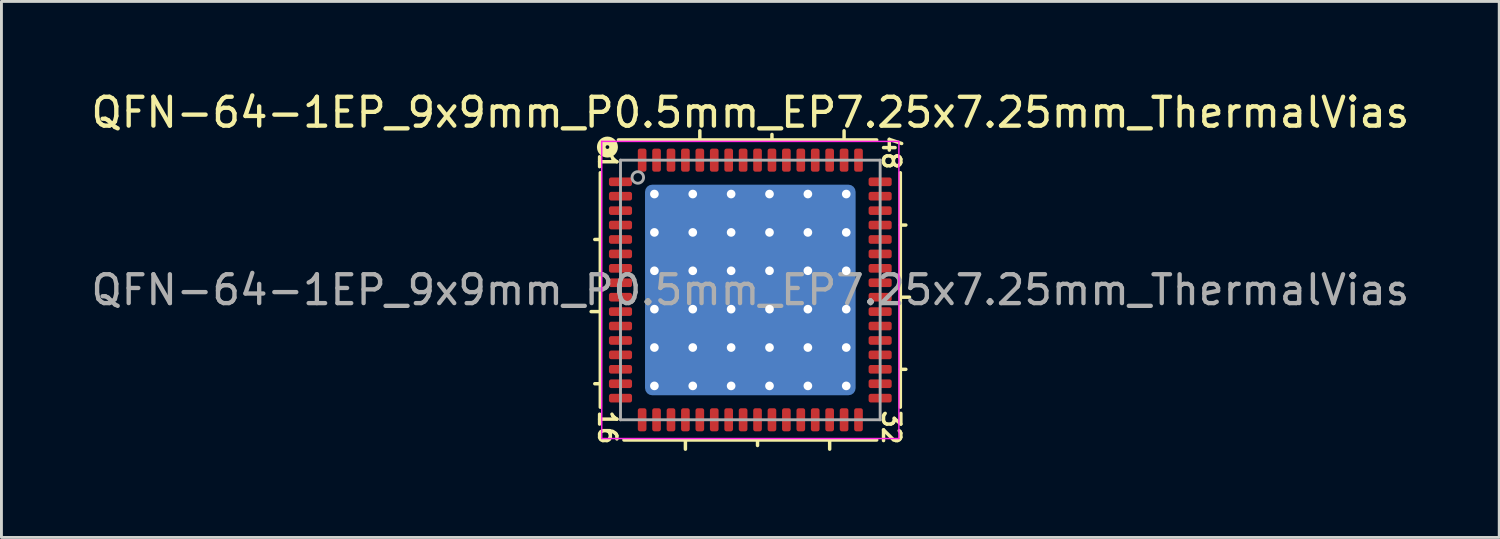
<source format=kicad_pcb>
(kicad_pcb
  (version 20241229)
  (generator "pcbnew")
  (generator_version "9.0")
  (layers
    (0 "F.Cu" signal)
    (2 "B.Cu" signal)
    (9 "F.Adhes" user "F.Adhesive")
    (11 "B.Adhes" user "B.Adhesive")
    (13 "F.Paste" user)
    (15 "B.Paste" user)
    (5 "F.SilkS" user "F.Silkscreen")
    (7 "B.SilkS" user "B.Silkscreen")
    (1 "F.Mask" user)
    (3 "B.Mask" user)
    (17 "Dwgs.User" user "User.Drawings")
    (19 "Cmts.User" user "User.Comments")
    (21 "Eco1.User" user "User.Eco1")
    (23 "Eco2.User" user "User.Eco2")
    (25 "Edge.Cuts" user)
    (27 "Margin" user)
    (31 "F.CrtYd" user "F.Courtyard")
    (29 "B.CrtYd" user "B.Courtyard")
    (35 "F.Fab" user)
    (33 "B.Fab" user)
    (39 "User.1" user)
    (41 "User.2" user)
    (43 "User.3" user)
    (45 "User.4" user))
  (footprint "QFN-64-1EP_9x9mm_P0.5mm_EP7.25x7.25mm_ThermalVias"
    (layer "F.Cu")
    (at 22.958 7.001)
    (property "Reference" "QFN-64-1EP_9x9mm_P0.5mm_EP7.25x7.25mm_ThermalVias" (at 0 -6.152 0) (layer "F.SilkS") (effects (font (size 1 1) (thickness 0.15))))
    (attr smd)
    (fp_line (start -5.2 -4.064) (end -5.2 4.064) (stroke (width 0.12) (type solid)) (layer "F.SilkS"))
    (fp_line (start -5.2 -1.75) (end -5.391 -1.75) (stroke (width 0.12) (type solid)) (layer "F.SilkS"))
    (fp_line (start -5.2 0.75) (end -5.518 0.75) (stroke (width 0.12) (type solid)) (layer "F.SilkS"))
    (fp_line (start -5.2 3.25) (end -5.391 3.25) (stroke (width 0.12) (type solid)) (layer "F.SilkS"))
    (fp_line (start -4.381 5.2) (end 4.381 5.2) (stroke (width 0.12) (type solid)) (layer "F.SilkS"))
    (fp_line (start -2.25 5.2) (end -2.25 5.518) (stroke (width 0.12) (type solid)) (layer "F.SilkS"))
    (fp_line (start -1.75 -5.2) (end -1.75 -5.518) (stroke (width 0.12) (type solid)) (layer "F.SilkS"))
    (fp_line (start 0.25 5.2) (end 0.25 5.391) (stroke (width 0.12) (type solid)) (layer "F.SilkS"))
    (fp_line (start 0.75 -5.2) (end 0.75 -5.391) (stroke (width 0.12) (type solid)) (layer "F.SilkS"))
    (fp_line (start 2.75 5.2) (end 2.75 5.518) (stroke (width 0.12) (type solid)) (layer "F.SilkS"))
    (fp_line (start 3.25 -5.2) (end 3.25 -5.518) (stroke (width 0.12) (type solid)) (layer "F.SilkS"))
    (fp_line (start 4.381 -5.2) (end -4.572 -5.2) (stroke (width 0.12) (type solid)) (layer "F.SilkS"))
    (fp_line (start 5.2 -2.25) (end 5.391 -2.25) (stroke (width 0.12) (type solid)) (layer "F.SilkS"))
    (fp_line (start 5.2 0.25) (end 5.518 0.25) (stroke (width 0.12) (type solid)) (layer "F.SilkS"))
    (fp_line (start 5.2 2.75) (end 5.391 2.75) (stroke (width 0.12) (type solid)) (layer "F.SilkS"))
    (fp_line (start 5.2 4.064) (end 5.2 -4.064) (stroke (width 0.12) (type solid)) (layer "F.SilkS"))
    (fp_circle (center -4.953 -4.953) (end -4.889 -4.953) (stroke (width 0.3) (type solid)) (fill no) (layer "F.SilkS"))
    (fp_line (start -5.15 -5.15) (end -5.15 5.15) (stroke (width 0.05) (type solid)) (layer "F.CrtYd"))
    (fp_line (start -5.15 -5.15) (end 5.15 -5.15) (stroke (width 0.05) (type solid)) (layer "F.CrtYd"))
    (fp_line (start -5.15 5.15) (end 5.15 5.15) (stroke (width 0.05) (type solid)) (layer "F.CrtYd"))
    (fp_line (start 5.15 -5.15) (end 5.15 5.15) (stroke (width 0.05) (type solid)) (layer "F.CrtYd"))
    (fp_line (start -4.5 -4.5) (end 4.5 -4.5) (stroke (width 0.1) (type solid)) (layer "F.Fab"))
    (fp_line (start -4.5 4.5) (end -4.5 -4.5) (stroke (width 0.1) (type solid)) (layer "F.Fab"))
    (fp_line (start 4.5 -4.5) (end 4.5 4.5) (stroke (width 0.1) (type solid)) (layer "F.Fab"))
    (fp_line (start 4.5 4.5) (end -4.5 4.5) (stroke (width 0.1) (type solid)) (layer "F.Fab"))
    (fp_circle (center -3.9 -3.9) (end -3.7 -3.9) (stroke (width 0.1) (type solid)) (fill no) (layer "F.Fab"))
    (fp_text user "16" (at -4.953 4.763 270) (unlocked yes) (layer "F.SilkS") (effects (font (size 0.6 0.6) (thickness 0.12))))
    (fp_text user "1" (at -4.953 -4.445 270) (unlocked yes) (layer "F.SilkS") (effects (font (size 0.6 0.6) (thickness 0.12))))
    (fp_text user "32" (at 4.889 4.763 270) (unlocked yes) (layer "F.SilkS") (effects (font (size 0.6 0.6) (thickness 0.12))))
    (fp_text user "48" (at 4.889 -4.763 270) (unlocked yes) (layer "F.SilkS") (effects (font (size 0.6 0.6) (thickness 0.12))))
    (fp_text user "${REFERENCE}" (at 0 0 0) (layer "F.Fab") (effects (font (size 1 1) (thickness 0.15))))
    (pad "" smd roundrect (at -2.66 -2.66) (size 1.153 1.153) (layers "F.Paste") (roundrect_rratio 0.217))
    (pad "" smd roundrect (at -2.66 -1.33) (size 1.153 1.153) (layers "F.Paste") (roundrect_rratio 0.217))
    (pad "" smd roundrect (at -2.66 0) (size 1.153 1.153) (layers "F.Paste") (roundrect_rratio 0.217))
    (pad "" smd roundrect (at -2.66 1.33) (size 1.153 1.153) (layers "F.Paste") (roundrect_rratio 0.217))
    (pad "" smd roundrect (at -2.66 2.66) (size 1.153 1.153) (layers "F.Paste") (roundrect_rratio 0.217))
    (pad "" smd roundrect (at -1.33 -2.66) (size 1.153 1.153) (layers "F.Paste") (roundrect_rratio 0.217))
    (pad "" smd roundrect (at -1.33 -1.33) (size 1.153 1.153) (layers "F.Paste") (roundrect_rratio 0.217))
    (pad "" smd roundrect (at -1.33 0) (size 1.153 1.153) (layers "F.Paste") (roundrect_rratio 0.217))
    (pad "" smd roundrect (at -1.33 1.33) (size 1.153 1.153) (layers "F.Paste") (roundrect_rratio 0.217))
    (pad "" smd roundrect (at -1.33 2.66) (size 1.153 1.153) (layers "F.Paste") (roundrect_rratio 0.217))
    (pad "" smd roundrect (at 0 -2.66) (size 1.153 1.153) (layers "F.Paste") (roundrect_rratio 0.217))
    (pad "" smd roundrect (at 0 -1.33) (size 1.153 1.153) (layers "F.Paste") (roundrect_rratio 0.217))
    (pad "" smd roundrect (at 0 0) (size 1.153 1.153) (layers "F.Paste") (roundrect_rratio 0.217))
    (pad "" smd roundrect (at 0 1.33) (size 1.153 1.153) (layers "F.Paste") (roundrect_rratio 0.217))
    (pad "" smd roundrect (at 0 2.66) (size 1.153 1.153) (layers "F.Paste") (roundrect_rratio 0.217))
    (pad "" smd roundrect (at 1.33 -2.66) (size 1.153 1.153) (layers "F.Paste") (roundrect_rratio 0.217))
    (pad "" smd roundrect (at 1.33 -1.33) (size 1.153 1.153) (layers "F.Paste") (roundrect_rratio 0.217))
    (pad "" smd roundrect (at 1.33 0) (size 1.153 1.153) (layers "F.Paste") (roundrect_rratio 0.217))
    (pad "" smd roundrect (at 1.33 1.33) (size 1.153 1.153) (layers "F.Paste") (roundrect_rratio 0.217))
    (pad "" smd roundrect (at 1.33 2.66) (size 1.153 1.153) (layers "F.Paste") (roundrect_rratio 0.217))
    (pad "" smd roundrect (at 2.66 -2.66) (size 1.153 1.153) (layers "F.Paste") (roundrect_rratio 0.217))
    (pad "" smd roundrect (at 2.66 -1.33) (size 1.153 1.153) (layers "F.Paste") (roundrect_rratio 0.217))
    (pad "" smd roundrect (at 2.66 0) (size 1.153 1.153) (layers "F.Paste") (roundrect_rratio 0.217))
    (pad "" smd roundrect (at 2.66 1.33) (size 1.153 1.153) (layers "F.Paste") (roundrect_rratio 0.217))
    (pad "" smd roundrect (at 2.66 2.66) (size 1.153 1.153) (layers "F.Paste") (roundrect_rratio 0.217))
    (pad "1" smd roundrect (at -4.5 -3.75) (size 0.8 0.3) (layers "F.Cu" "F.Mask" "F.Paste") (roundrect_rratio 0.25))
    (pad "2" smd roundrect (at -4.5 -3.25) (size 0.8 0.3) (layers "F.Cu" "F.Mask" "F.Paste") (roundrect_rratio 0.25))
    (pad "3" smd roundrect (at -4.5 -2.75) (size 0.8 0.3) (layers "F.Cu" "F.Mask" "F.Paste") (roundrect_rratio 0.25))
    (pad "4" smd roundrect (at -4.5 -2.25) (size 0.8 0.3) (layers "F.Cu" "F.Mask" "F.Paste") (roundrect_rratio 0.25))
    (pad "5" smd roundrect (at -4.5 -1.75) (size 0.8 0.3) (layers "F.Cu" "F.Mask" "F.Paste") (roundrect_rratio 0.25))
    (pad "6" smd roundrect (at -4.5 -1.25) (size 0.8 0.3) (layers "F.Cu" "F.Mask" "F.Paste") (roundrect_rratio 0.25))
    (pad "7" smd roundrect (at -4.5 -0.75) (size 0.8 0.3) (layers "F.Cu" "F.Mask" "F.Paste") (roundrect_rratio 0.25))
    (pad "8" smd roundrect (at -4.5 -0.25) (size 0.8 0.3) (layers "F.Cu" "F.Mask" "F.Paste") (roundrect_rratio 0.25))
    (pad "9" smd roundrect (at -4.5 0.25) (size 0.8 0.3) (layers "F.Cu" "F.Mask" "F.Paste") (roundrect_rratio 0.25))
    (pad "10" smd roundrect (at -4.5 0.75) (size 0.8 0.3) (layers "F.Cu" "F.Mask" "F.Paste") (roundrect_rratio 0.25))
    (pad "11" smd roundrect (at -4.5 1.25) (size 0.8 0.3) (layers "F.Cu" "F.Mask" "F.Paste") (roundrect_rratio 0.25))
    (pad "12" smd roundrect (at -4.5 1.75) (size 0.8 0.3) (layers "F.Cu" "F.Mask" "F.Paste") (roundrect_rratio 0.25))
    (pad "13" smd roundrect (at -4.5 2.25) (size 0.8 0.3) (layers "F.Cu" "F.Mask" "F.Paste") (roundrect_rratio 0.25))
    (pad "14" smd roundrect (at -4.5 2.75) (size 0.8 0.3) (layers "F.Cu" "F.Mask" "F.Paste") (roundrect_rratio 0.25))
    (pad "15" smd roundrect (at -4.5 3.25) (size 0.8 0.3) (layers "F.Cu" "F.Mask" "F.Paste") (roundrect_rratio 0.25))
    (pad "16" smd roundrect (at -4.5 3.75) (size 0.8 0.3) (layers "F.Cu" "F.Mask" "F.Paste") (roundrect_rratio 0.25))
    (pad "17" smd roundrect (at -3.75 4.5 90) (size 0.8 0.3) (layers "F.Cu" "F.Mask" "F.Paste") (roundrect_rratio 0.25))
    (pad "18" smd roundrect (at -3.25 4.5 90) (size 0.8 0.3) (layers "F.Cu" "F.Mask" "F.Paste") (roundrect_rratio 0.25))
    (pad "19" smd roundrect (at -2.75 4.5 90) (size 0.8 0.3) (layers "F.Cu" "F.Mask" "F.Paste") (roundrect_rratio 0.25))
    (pad "20" smd roundrect (at -2.25 4.5 90) (size 0.8 0.3) (layers "F.Cu" "F.Mask" "F.Paste") (roundrect_rratio 0.25))
    (pad "21" smd roundrect (at -1.75 4.5 90) (size 0.8 0.3) (layers "F.Cu" "F.Mask" "F.Paste") (roundrect_rratio 0.25))
    (pad "22" smd roundrect (at -1.25 4.5 90) (size 0.8 0.3) (layers "F.Cu" "F.Mask" "F.Paste") (roundrect_rratio 0.25))
    (pad "23" smd roundrect (at -0.75 4.5 90) (size 0.8 0.3) (layers "F.Cu" "F.Mask" "F.Paste") (roundrect_rratio 0.25))
    (pad "24" smd roundrect (at -0.25 4.5 90) (size 0.8 0.3) (layers "F.Cu" "F.Mask" "F.Paste") (roundrect_rratio 0.25))
    (pad "25" smd roundrect (at 0.25 4.5 90) (size 0.8 0.3) (layers "F.Cu" "F.Mask" "F.Paste") (roundrect_rratio 0.25))
    (pad "26" smd roundrect (at 0.75 4.5 90) (size 0.8 0.3) (layers "F.Cu" "F.Mask" "F.Paste") (roundrect_rratio 0.25))
    (pad "27" smd roundrect (at 1.25 4.5 90) (size 0.8 0.3) (layers "F.Cu" "F.Mask" "F.Paste") (roundrect_rratio 0.25))
    (pad "28" smd roundrect (at 1.75 4.5 90) (size 0.8 0.3) (layers "F.Cu" "F.Mask" "F.Paste") (roundrect_rratio 0.25))
    (pad "29" smd roundrect (at 2.25 4.5 90) (size 0.8 0.3) (layers "F.Cu" "F.Mask" "F.Paste") (roundrect_rratio 0.25))
    (pad "30" smd roundrect (at 2.75 4.5 90) (size 0.8 0.3) (layers "F.Cu" "F.Mask" "F.Paste") (roundrect_rratio 0.25))
    (pad "31" smd roundrect (at 3.25 4.5 90) (size 0.8 0.3) (layers "F.Cu" "F.Mask" "F.Paste") (roundrect_rratio 0.25))
    (pad "32" smd roundrect (at 3.75 4.5 90) (size 0.8 0.3) (layers "F.Cu" "F.Mask" "F.Paste") (roundrect_rratio 0.25))
    (pad "33" smd roundrect (at 4.5 3.75) (size 0.8 0.3) (layers "F.Cu" "F.Mask" "F.Paste") (roundrect_rratio 0.25))
    (pad "34" smd roundrect (at 4.5 3.25) (size 0.8 0.3) (layers "F.Cu" "F.Mask" "F.Paste") (roundrect_rratio 0.25))
    (pad "35" smd roundrect (at 4.5 2.75) (size 0.8 0.3) (layers "F.Cu" "F.Mask" "F.Paste") (roundrect_rratio 0.25))
    (pad "36" smd roundrect (at 4.5 2.25) (size 0.8 0.3) (layers "F.Cu" "F.Mask" "F.Paste") (roundrect_rratio 0.25))
    (pad "37" smd roundrect (at 4.5 1.75) (size 0.8 0.3) (layers "F.Cu" "F.Mask" "F.Paste") (roundrect_rratio 0.25))
    (pad "38" smd roundrect (at 4.5 1.25) (size 0.8 0.3) (layers "F.Cu" "F.Mask" "F.Paste") (roundrect_rratio 0.25))
    (pad "39" smd roundrect (at 4.5 0.75) (size 0.8 0.3) (layers "F.Cu" "F.Mask" "F.Paste") (roundrect_rratio 0.25))
    (pad "40" smd roundrect (at 4.5 0.25) (size 0.8 0.3) (layers "F.Cu" "F.Mask" "F.Paste") (roundrect_rratio 0.25))
    (pad "41" smd roundrect (at 4.5 -0.25) (size 0.8 0.3) (layers "F.Cu" "F.Mask" "F.Paste") (roundrect_rratio 0.25))
    (pad "42" smd roundrect (at 4.5 -0.75) (size 0.8 0.3) (layers "F.Cu" "F.Mask" "F.Paste") (roundrect_rratio 0.25))
    (pad "43" smd roundrect (at 4.5 -1.25) (size 0.8 0.3) (layers "F.Cu" "F.Mask" "F.Paste") (roundrect_rratio 0.25))
    (pad "44" smd roundrect (at 4.5 -1.75) (size 0.8 0.3) (layers "F.Cu" "F.Mask" "F.Paste") (roundrect_rratio 0.25))
    (pad "45" smd roundrect (at 4.5 -2.25) (size 0.8 0.3) (layers "F.Cu" "F.Mask" "F.Paste") (roundrect_rratio 0.25))
    (pad "46" smd roundrect (at 4.5 -2.75) (size 0.8 0.3) (layers "F.Cu" "F.Mask" "F.Paste") (roundrect_rratio 0.25))
    (pad "47" smd roundrect (at 4.5 -3.25) (size 0.8 0.3) (layers "F.Cu" "F.Mask" "F.Paste") (roundrect_rratio 0.25))
    (pad "48" smd roundrect (at 4.5 -3.75) (size 0.8 0.3) (layers "F.Cu" "F.Mask" "F.Paste") (roundrect_rratio 0.25))
    (pad "49" smd roundrect (at 3.75 -4.5 90) (size 0.8 0.3) (layers "F.Cu" "F.Mask" "F.Paste") (roundrect_rratio 0.25))
    (pad "50" smd roundrect (at 3.25 -4.5 90) (size 0.8 0.3) (layers "F.Cu" "F.Mask" "F.Paste") (roundrect_rratio 0.25))
    (pad "51" smd roundrect (at 2.75 -4.5 90) (size 0.8 0.3) (layers "F.Cu" "F.Mask" "F.Paste") (roundrect_rratio 0.25))
    (pad "52" smd roundrect (at 2.25 -4.5 90) (size 0.8 0.3) (layers "F.Cu" "F.Mask" "F.Paste") (roundrect_rratio 0.25))
    (pad "53" smd roundrect (at 1.75 -4.5 90) (size 0.8 0.3) (layers "F.Cu" "F.Mask" "F.Paste") (roundrect_rratio 0.25))
    (pad "54" smd roundrect (at 1.25 -4.5 90) (size 0.8 0.3) (layers "F.Cu" "F.Mask" "F.Paste") (roundrect_rratio 0.25))
    (pad "55" smd roundrect (at 0.75 -4.5 90) (size 0.8 0.3) (layers "F.Cu" "F.Mask" "F.Paste") (roundrect_rratio 0.25))
    (pad "56" smd roundrect (at 0.25 -4.5 90) (size 0.8 0.3) (layers "F.Cu" "F.Mask" "F.Paste") (roundrect_rratio 0.25))
    (pad "57" smd roundrect (at -0.25 -4.5 90) (size 0.8 0.3) (layers "F.Cu" "F.Mask" "F.Paste") (roundrect_rratio 0.25))
    (pad "58" smd roundrect (at -0.75 -4.5 90) (size 0.8 0.3) (layers "F.Cu" "F.Mask" "F.Paste") (roundrect_rratio 0.25))
    (pad "59" smd roundrect (at -1.25 -4.5 90) (size 0.8 0.3) (layers "F.Cu" "F.Mask" "F.Paste") (roundrect_rratio 0.25))
    (pad "60" smd roundrect (at -1.75 -4.5 90) (size 0.8 0.3) (layers "F.Cu" "F.Mask" "F.Paste") (roundrect_rratio 0.25))
    (pad "61" smd roundrect (at -2.25 -4.5 90) (size 0.8 0.3) (layers "F.Cu" "F.Mask" "F.Paste") (roundrect_rratio 0.25))
    (pad "62" smd roundrect (at -2.75 -4.5 90) (size 0.8 0.3) (layers "F.Cu" "F.Mask" "F.Paste") (roundrect_rratio 0.25))
    (pad "63" smd roundrect (at -3.25 -4.5 90) (size 0.8 0.3) (layers "F.Cu" "F.Mask" "F.Paste") (roundrect_rratio 0.25))
    (pad "64" smd roundrect (at -3.75 -4.5 90) (size 0.8 0.3) (layers "F.Cu" "F.Mask" "F.Paste") (roundrect_rratio 0.25))
    (pad "65" thru_hole circle (at -3.325 -3.325) (size 0.6 0.6) (drill 0.3) (property pad_prop_heatsink) (layers "*.Cu"))
    (pad "65" thru_hole circle (at -3.325 -1.995) (size 0.6 0.6) (drill 0.3) (property pad_prop_heatsink) (layers "*.Cu"))
    (pad "65" thru_hole circle (at -3.325 -0.665) (size 0.6 0.6) (drill 0.3) (property pad_prop_heatsink) (layers "*.Cu"))
    (pad "65" thru_hole circle (at -3.325 0.665) (size 0.6 0.6) (drill 0.3) (property pad_prop_heatsink) (layers "*.Cu"))
    (pad "65" thru_hole circle (at -3.325 1.995) (size 0.6 0.6) (drill 0.3) (property pad_prop_heatsink) (layers "*.Cu"))
    (pad "65" thru_hole circle (at -3.325 3.325) (size 0.6 0.6) (drill 0.3) (property pad_prop_heatsink) (layers "*.Cu"))
    (pad "65" thru_hole circle (at -1.995 -3.325) (size 0.6 0.6) (drill 0.3) (property pad_prop_heatsink) (layers "*.Cu"))
    (pad "65" thru_hole circle (at -1.995 -1.995) (size 0.6 0.6) (drill 0.3) (property pad_prop_heatsink) (layers "*.Cu"))
    (pad "65" thru_hole circle (at -1.995 -0.665) (size 0.6 0.6) (drill 0.3) (property pad_prop_heatsink) (layers "*.Cu"))
    (pad "65" thru_hole circle (at -1.995 0.665) (size 0.6 0.6) (drill 0.3) (property pad_prop_heatsink) (layers "*.Cu"))
    (pad "65" thru_hole circle (at -1.995 1.995) (size 0.6 0.6) (drill 0.3) (property pad_prop_heatsink) (layers "*.Cu"))
    (pad "65" thru_hole circle (at -1.995 3.325) (size 0.6 0.6) (drill 0.3) (property pad_prop_heatsink) (layers "*.Cu"))
    (pad "65" thru_hole circle (at -0.665 -3.325) (size 0.6 0.6) (drill 0.3) (property pad_prop_heatsink) (layers "*.Cu"))
    (pad "65" thru_hole circle (at -0.665 -1.995) (size 0.6 0.6) (drill 0.3) (property pad_prop_heatsink) (layers "*.Cu"))
    (pad "65" thru_hole circle (at -0.665 -0.665) (size 0.6 0.6) (drill 0.3) (property pad_prop_heatsink) (layers "*.Cu"))
    (pad "65" thru_hole circle (at -0.665 0.665) (size 0.6 0.6) (drill 0.3) (property pad_prop_heatsink) (layers "*.Cu"))
    (pad "65" thru_hole circle (at -0.665 1.995) (size 0.6 0.6) (drill 0.3) (property pad_prop_heatsink) (layers "*.Cu"))
    (pad "65" thru_hole circle (at -0.665 3.325) (size 0.6 0.6) (drill 0.3) (property pad_prop_heatsink) (layers "*.Cu"))
    (pad "65" smd roundrect (at 0 0) (size 7.25 7.25) (layers "F.Cu" "F.Mask") (roundrect_rratio 0.034))
    (pad "65" smd roundrect (at 0 0) (size 7.3 7.3) (layers "B.Cu" "B.Mask") (roundrect_rratio 0.034))
    (pad "65" thru_hole circle (at 0.665 -3.325) (size 0.6 0.6) (drill 0.3) (property pad_prop_heatsink) (layers "*.Cu"))
    (pad "65" thru_hole circle (at 0.665 -1.995) (size 0.6 0.6) (drill 0.3) (property pad_prop_heatsink) (layers "*.Cu"))
    (pad "65" thru_hole circle (at 0.665 -0.665) (size 0.6 0.6) (drill 0.3) (property pad_prop_heatsink) (layers "*.Cu"))
    (pad "65" thru_hole circle (at 0.665 0.665) (size 0.6 0.6) (drill 0.3) (property pad_prop_heatsink) (layers "*.Cu"))
    (pad "65" thru_hole circle (at 0.665 1.995) (size 0.6 0.6) (drill 0.3) (property pad_prop_heatsink) (layers "*.Cu"))
    (pad "65" thru_hole circle (at 0.665 3.325) (size 0.6 0.6) (drill 0.3) (property pad_prop_heatsink) (layers "*.Cu"))
    (pad "65" thru_hole circle (at 1.995 -3.325) (size 0.6 0.6) (drill 0.3) (property pad_prop_heatsink) (layers "*.Cu"))
    (pad "65" thru_hole circle (at 1.995 -1.995) (size 0.6 0.6) (drill 0.3) (property pad_prop_heatsink) (layers "*.Cu"))
    (pad "65" thru_hole circle (at 1.995 -0.665) (size 0.6 0.6) (drill 0.3) (property pad_prop_heatsink) (layers "*.Cu"))
    (pad "65" thru_hole circle (at 1.995 0.665) (size 0.6 0.6) (drill 0.3) (property pad_prop_heatsink) (layers "*.Cu"))
    (pad "65" thru_hole circle (at 1.995 1.995) (size 0.6 0.6) (drill 0.3) (property pad_prop_heatsink) (layers "*.Cu"))
    (pad "65" thru_hole circle (at 1.995 3.325) (size 0.6 0.6) (drill 0.3) (property pad_prop_heatsink) (layers "*.Cu"))
    (pad "65" thru_hole circle (at 3.325 -3.325) (size 0.6 0.6) (drill 0.3) (property pad_prop_heatsink) (layers "*.Cu"))
    (pad "65" thru_hole circle (at 3.325 -1.995) (size 0.6 0.6) (drill 0.3) (property pad_prop_heatsink) (layers "*.Cu"))
    (pad "65" thru_hole circle (at 3.325 -0.665) (size 0.6 0.6) (drill 0.3) (property pad_prop_heatsink) (layers "*.Cu"))
    (pad "65" thru_hole circle (at 3.325 0.665) (size 0.6 0.6) (drill 0.3) (property pad_prop_heatsink) (layers "*.Cu"))
    (pad "65" thru_hole circle (at 3.325 1.995) (size 0.6 0.6) (drill 0.3) (property pad_prop_heatsink) (layers "*.Cu"))
    (pad "65" thru_hole circle (at 3.325 3.325) (size 0.6 0.6) (drill 0.3) (property pad_prop_heatsink) (layers "*.Cu")))
  (gr_rect
    (start -3 -3)
    (end 48.917 15.578)
    (stroke (width 0.1) (type default))
    (fill no)
    (layer "Edge.Cuts")))
</source>
